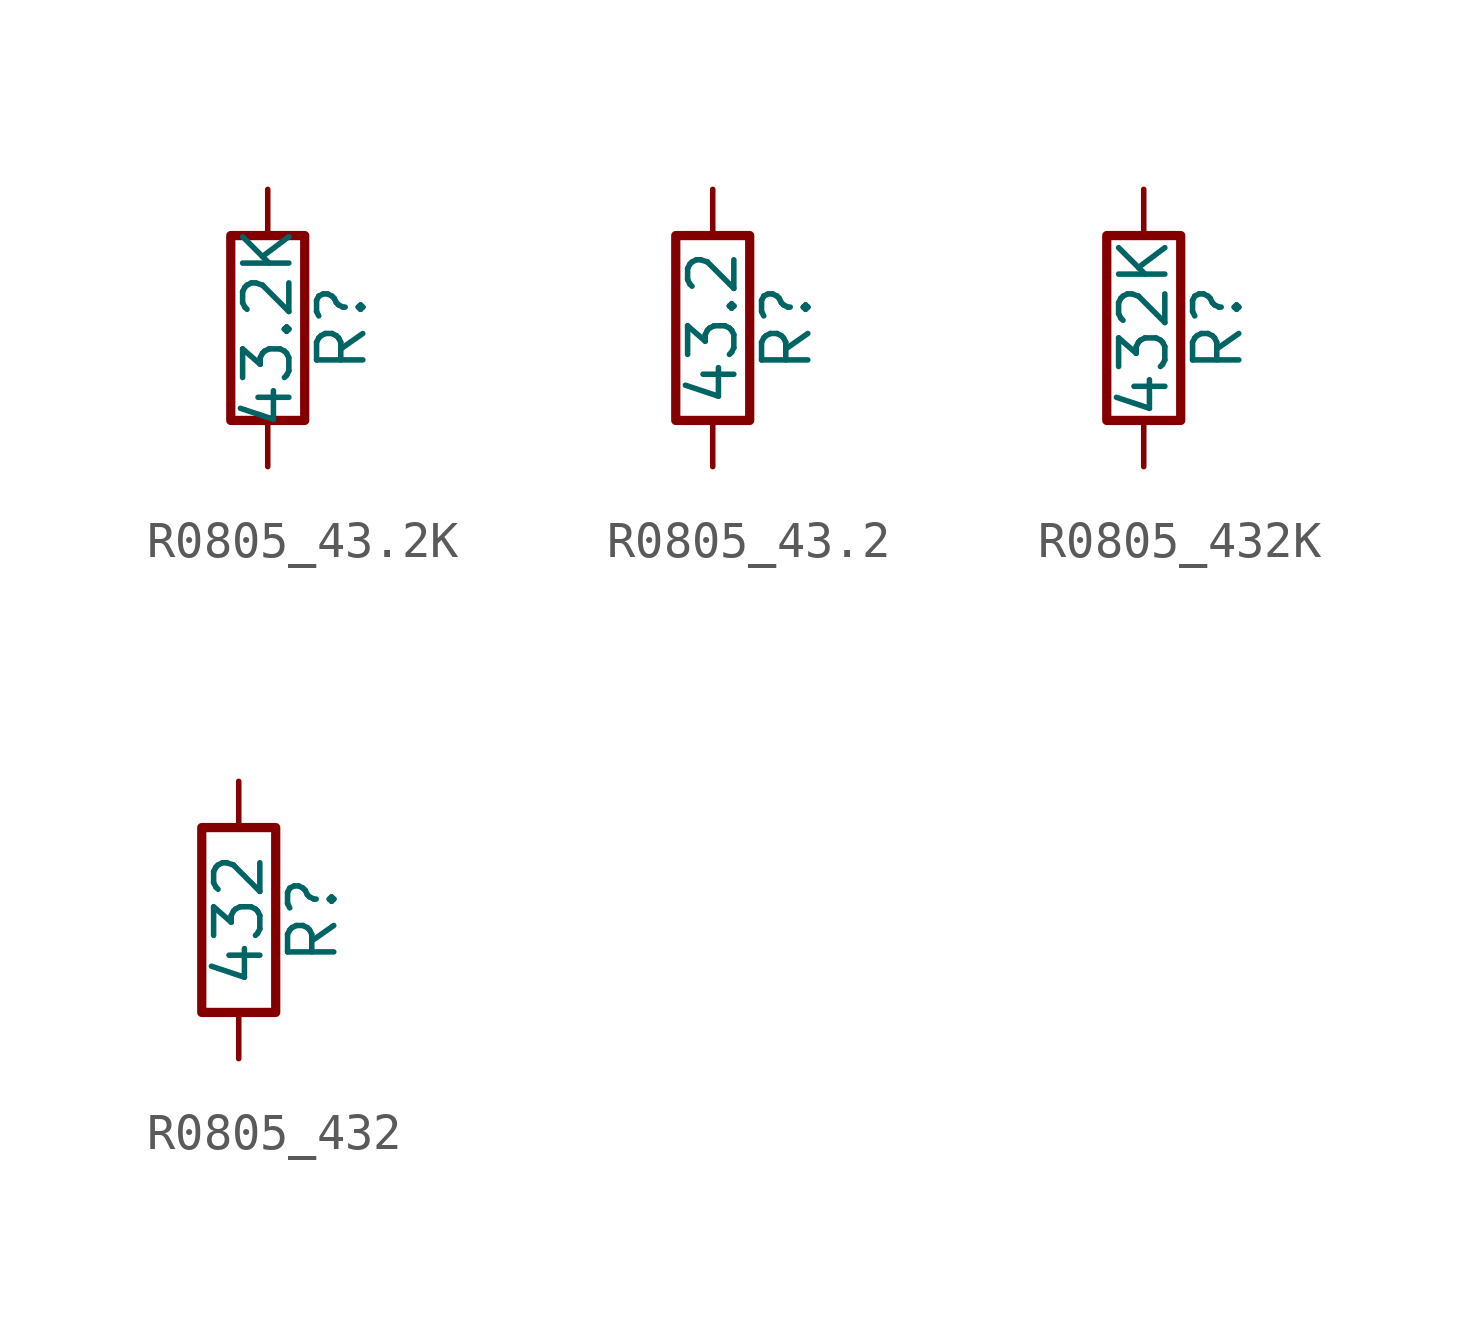
<source format=kicad_sym>
(kicad_symbol_lib
  (version 20211014)
  (generator atlantix-eda)
  (symbol "R0805_43.2K"
    (pin_numbers hide)
    (pin_names
      (offset 0))
    (property "Reference" "R"
      (at 2.032 0 90)
      (effects (font (size 1.27 1.27))))
    (property "Value" "43.2K"
      (at 0 0 90)
      (effects (font (size 1.27 1.27))))
    (symbol "R0805_43.2K_0_1"
      (rectangle (start -1.016 -2.54) (end 1.016 2.54) (stroke (width 0.254) (type default) (color 0 0 0 0)) (fill (type none))))
    (symbol "R0805_43.2K_1_1"
      (pin passive line (at 0 3.81 270) (length 1.27) (name "~" (effects (font (size 1.27 1.27)))) (number "1" (effects (font (size 1.27 1.27)))))
      (pin passive line (at 0 -3.81 90) (length 1.27) (name "~" (effects (font (size 1.27 1.27)))) (number "2" (effects (font (size 1.27 1.27)))))))
  (symbol "R0805_43.2"
    (pin_numbers hide)
    (pin_names
      (offset 0))
    (property "Reference" "R"
      (at 2.032 0 90)
      (effects (font (size 1.27 1.27))))
    (property "Value" "43.2"
      (at 0 0 90)
      (effects (font (size 1.27 1.27))))
    (symbol "R0805_43.2_0_1"
      (rectangle (start -1.016 -2.54) (end 1.016 2.54) (stroke (width 0.254) (type default) (color 0 0 0 0)) (fill (type none))))
    (symbol "R0805_43.2_1_1"
      (pin passive line (at 0 3.81 270) (length 1.27) (name "~" (effects (font (size 1.27 1.27)))) (number "1" (effects (font (size 1.27 1.27)))))
      (pin passive line (at 0 -3.81 90) (length 1.27) (name "~" (effects (font (size 1.27 1.27)))) (number "2" (effects (font (size 1.27 1.27)))))))
  (symbol "R0805_432K"
    (pin_numbers hide)
    (pin_names
      (offset 0))
    (property "Reference" "R"
      (at 2.032 0 90)
      (effects (font (size 1.27 1.27))))
    (property "Value" "432K"
      (at 0 0 90)
      (effects (font (size 1.27 1.27))))
    (symbol "R0805_432K_0_1"
      (rectangle (start -1.016 -2.54) (end 1.016 2.54) (stroke (width 0.254) (type default) (color 0 0 0 0)) (fill (type none))))
    (symbol "R0805_432K_1_1"
      (pin passive line (at 0 3.81 270) (length 1.27) (name "~" (effects (font (size 1.27 1.27)))) (number "1" (effects (font (size 1.27 1.27)))))
      (pin passive line (at 0 -3.81 90) (length 1.27) (name "~" (effects (font (size 1.27 1.27)))) (number "2" (effects (font (size 1.27 1.27)))))))
  (symbol "R0805_432"
    (pin_numbers hide)
    (pin_names
      (offset 0))
    (property "Reference" "R"
      (at 2.032 0 90)
      (effects (font (size 1.27 1.27))))
    (property "Value" "432"
      (at 0 0 90)
      (effects (font (size 1.27 1.27))))
    (symbol "R0805_432_0_1"
      (rectangle (start -1.016 -2.54) (end 1.016 2.54) (stroke (width 0.254) (type default) (color 0 0 0 0)) (fill (type none))))
    (symbol "R0805_432_1_1"
      (pin passive line (at 0 3.81 270) (length 1.27) (name "~" (effects (font (size 1.27 1.27)))) (number "1" (effects (font (size 1.27 1.27)))))
      (pin passive line (at 0 -3.81 90) (length 1.27) (name "~" (effects (font (size 1.27 1.27)))) (number "2" (effects (font (size 1.27 1.27))))))))
</source>
